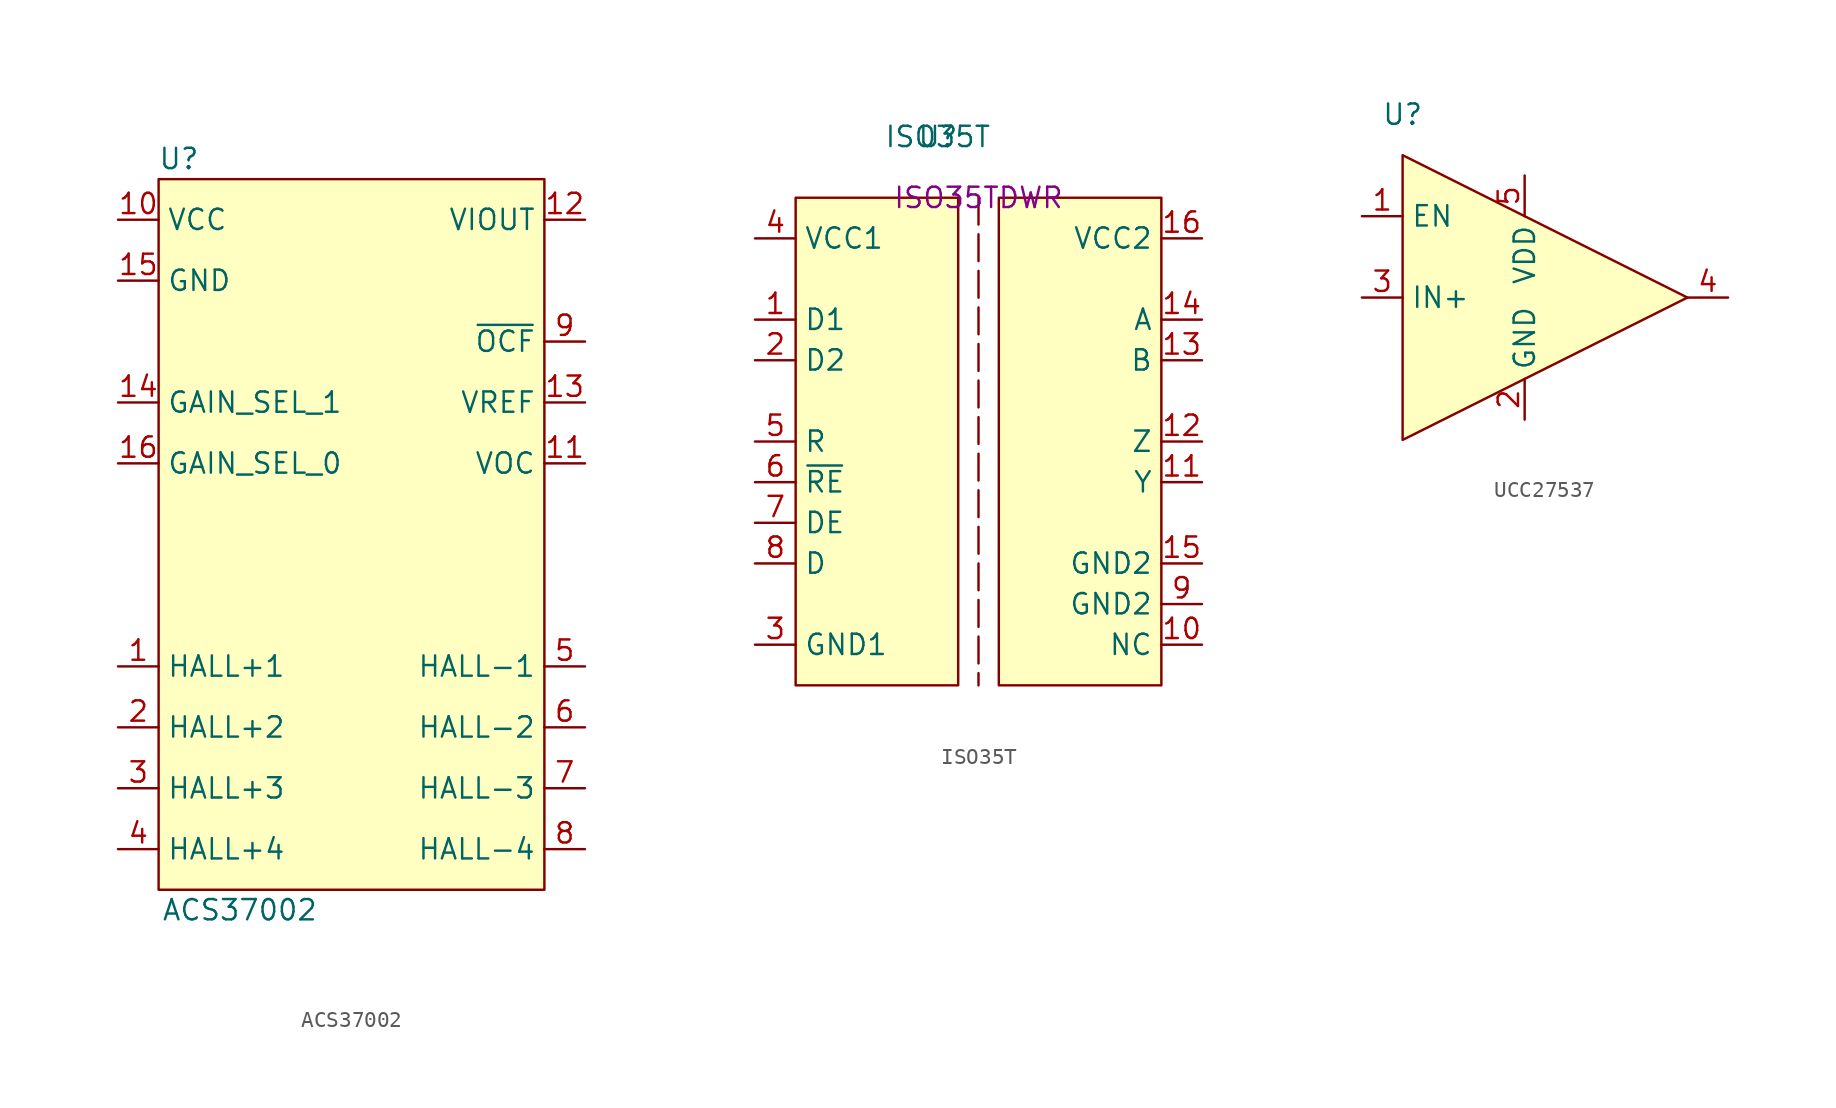
<source format=kicad_sym>
(kicad_symbol_lib
  (version 20231120)
  (generator "kicad_symbol_editor")
  (generator_version "8.0")
  (symbol "ACS37002"
    (property "Reference" "U"
      (at -11.43 22.86 0)
      (effects (font (size 1.27 1.27))))
    (property "Value" "ACS37002"
      (at -7.62 -24.13 0)
      (effects (font (size 1.27 1.27))))
    (symbol "ACS37002_1_1"
      (rectangle (start -12.7 21.59) (end 11.43 -22.86) (stroke (width 0) (type default)) (fill (type background)))
      (pin passive line (at -15.24 -8.89 0) (length 2.54) (name "HALL+1" (effects (font (size 1.27 1.27)))) (number "1" (effects (font (size 1.27 1.27)))))
      (pin power_in line (at -15.24 19.05 0) (length 2.54) (name "VCC" (effects (font (size 1.27 1.27)))) (number "10" (effects (font (size 1.27 1.27)))))
      (pin input line (at 13.97 3.81 180) (length 2.54) (name "VOC" (effects (font (size 1.27 1.27)))) (number "11" (effects (font (size 1.27 1.27)))))
      (pin output line (at 13.97 19.05 180) (length 2.54) (name "VIOUT" (effects (font (size 1.27 1.27)))) (number "12" (effects (font (size 1.27 1.27)))))
      (pin output line (at 13.97 7.62 180) (length 2.54) (name "VREF" (effects (font (size 1.27 1.27)))) (number "13" (effects (font (size 1.27 1.27)))))
      (pin input line (at -15.24 7.62 0) (length 2.54) (name "GAIN_SEL_1" (effects (font (size 1.27 1.27)))) (number "14" (effects (font (size 1.27 1.27)))))
      (pin power_in line (at -15.24 15.24 0) (length 2.54) (name "GND" (effects (font (size 1.27 1.27)))) (number "15" (effects (font (size 1.27 1.27)))))
      (pin input line (at -15.24 3.81 0) (length 2.54) (name "GAIN_SEL_0" (effects (font (size 1.27 1.27)))) (number "16" (effects (font (size 1.27 1.27)))))
      (pin passive line (at -15.24 -12.7 0) (length 2.54) (name "HALL+2" (effects (font (size 1.27 1.27)))) (number "2" (effects (font (size 1.27 1.27)))))
      (pin passive line (at -15.24 -16.51 0) (length 2.54) (name "HALL+3" (effects (font (size 1.27 1.27)))) (number "3" (effects (font (size 1.27 1.27)))))
      (pin passive line (at -15.24 -20.32 0) (length 2.54) (name "HALL+4" (effects (font (size 1.27 1.27)))) (number "4" (effects (font (size 1.27 1.27)))))
      (pin passive line (at 13.97 -8.89 180) (length 2.54) (name "HALL-1" (effects (font (size 1.27 1.27)))) (number "5" (effects (font (size 1.27 1.27)))))
      (pin passive line (at 13.97 -12.7 180) (length 2.54) (name "HALL-2" (effects (font (size 1.27 1.27)))) (number "6" (effects (font (size 1.27 1.27)))))
      (pin passive line (at 13.97 -16.51 180) (length 2.54) (name "HALL-3" (effects (font (size 1.27 1.27)))) (number "7" (effects (font (size 1.27 1.27)))))
      (pin passive line (at 13.97 -20.32 180) (length 2.54) (name "HALL-4" (effects (font (size 1.27 1.27)))) (number "8" (effects (font (size 1.27 1.27)))))
      (pin output line (at 13.97 11.43 180) (length 2.54) (name "~{OCF}" (effects (font (size 1.27 1.27)))) (number "9" (effects (font (size 1.27 1.27)))))))
  (symbol "ISO35T"
    (property "Reference" "U"
      (at -2.54 3.81 0)
      (effects (font (size 1.27 1.27))))
    (property "Value" "ISO35T"
      (at -2.54 3.81 0)
      (effects (font (size 1.27 1.27))))
    (property "Part" "ISO35TDWR"
      (at 0 0 0)
      (effects (font (size 1.27 1.27))))
    (symbol "ISO35T_1_1"
      (rectangle (start -11.43 0) (end -1.27 -30.48) (stroke (width 0) (type default)) (fill (type background)))
      (polyline (pts (xy 0 0) (xy 0 -30.48)) (stroke (width 0) (type dash)) (fill (type none)))
      (rectangle (start 1.27 0) (end 11.43 -30.48) (stroke (width 0) (type default)) (fill (type background)))
      (pin power_out line (at -13.97 -7.62 0) (length 2.54) (name "D1" (effects (font (size 1.27 1.27)))) (number "1" (effects (font (size 1.27 1.27)))))
      (pin passive line (at 13.97 -27.94 180) (length 2.54) (name "NC" (effects (font (size 1.27 1.27)))) (number "10" (effects (font (size 1.27 1.27)))))
      (pin passive line (at 13.97 -17.78 180) (length 2.54) (name "Y" (effects (font (size 1.27 1.27)))) (number "11" (effects (font (size 1.27 1.27)))))
      (pin passive line (at 13.97 -15.24 180) (length 2.54) (name "Z" (effects (font (size 1.27 1.27)))) (number "12" (effects (font (size 1.27 1.27)))))
      (pin passive line (at 13.97 -10.16 180) (length 2.54) (name "B" (effects (font (size 1.27 1.27)))) (number "13" (effects (font (size 1.27 1.27)))))
      (pin passive line (at 13.97 -7.62 180) (length 2.54) (name "A" (effects (font (size 1.27 1.27)))) (number "14" (effects (font (size 1.27 1.27)))))
      (pin power_in line (at 13.97 -22.86 180) (length 2.54) (name "GND2" (effects (font (size 1.27 1.27)))) (number "15" (effects (font (size 1.27 1.27)))))
      (pin power_in line (at 13.97 -2.54 180) (length 2.54) (name "VCC2" (effects (font (size 1.27 1.27)))) (number "16" (effects (font (size 1.27 1.27)))))
      (pin power_out line (at -13.97 -10.16 0) (length 2.54) (name "D2" (effects (font (size 1.27 1.27)))) (number "2" (effects (font (size 1.27 1.27)))))
      (pin power_in line (at -13.97 -27.94 0) (length 2.54) (name "GND1" (effects (font (size 1.27 1.27)))) (number "3" (effects (font (size 1.27 1.27)))))
      (pin power_in line (at -13.97 -2.54 0) (length 2.54) (name "VCC1" (effects (font (size 1.27 1.27)))) (number "4" (effects (font (size 1.27 1.27)))))
      (pin output line (at -13.97 -15.24 0) (length 2.54) (name "R" (effects (font (size 1.27 1.27)))) (number "5" (effects (font (size 1.27 1.27)))))
      (pin input line (at -13.97 -17.78 0) (length 2.54) (name "~{RE}" (effects (font (size 1.27 1.27)))) (number "6" (effects (font (size 1.27 1.27)))))
      (pin input line (at -13.97 -20.32 0) (length 2.54) (name "DE" (effects (font (size 1.27 1.27)))) (number "7" (effects (font (size 1.27 1.27)))))
      (pin input line (at -13.97 -22.86 0) (length 2.54) (name "D" (effects (font (size 1.27 1.27)))) (number "8" (effects (font (size 1.27 1.27)))))
      (pin power_in line (at 13.97 -25.4 180) (length 2.54) (name "GND2" (effects (font (size 1.27 1.27)))) (number "9" (effects (font (size 1.27 1.27)))))))
  (symbol "UCC27537"
    (property "Reference" "U"
      (at 0 2.54 0)
      (effects (font (size 1.27 1.27))))
    (property "Value" ""
      (at 0 0 0)
      (effects (font (size 1.27 1.27))))
    (symbol "UCC27537_1_1"
      (polyline (pts (xy 0 0) (xy 0 -17.78) (xy 17.78 -8.89) (xy 0 0)) (stroke (width 0) (type default)) (fill (type background)))
      (pin input line (at -2.54 -3.81 0) (length 2.54) (name "EN" (effects (font (size 1.27 1.27)))) (number "1" (effects (font (size 1.27 1.27)))))
      (pin power_in line (at 7.62 -16.51 90) (length 2.54) (name "GND" (effects (font (size 1.27 1.27)))) (number "2" (effects (font (size 1.27 1.27)))))
      (pin input line (at -2.54 -8.89 0) (length 2.54) (name "IN+" (effects (font (size 1.27 1.27)))) (number "3" (effects (font (size 1.27 1.27)))))
      (pin output line (at 20.32 -8.89 180) (length 2.54) (name "OUT" (effects (font (size 0 0)))) (number "4" (effects (font (size 1.27 1.27)))))
      (pin power_in line (at 7.62 -1.27 270) (length 2.54) (name "VDD" (effects (font (size 1.27 1.27)))) (number "5" (effects (font (size 1.27 1.27))))))))
</source>
